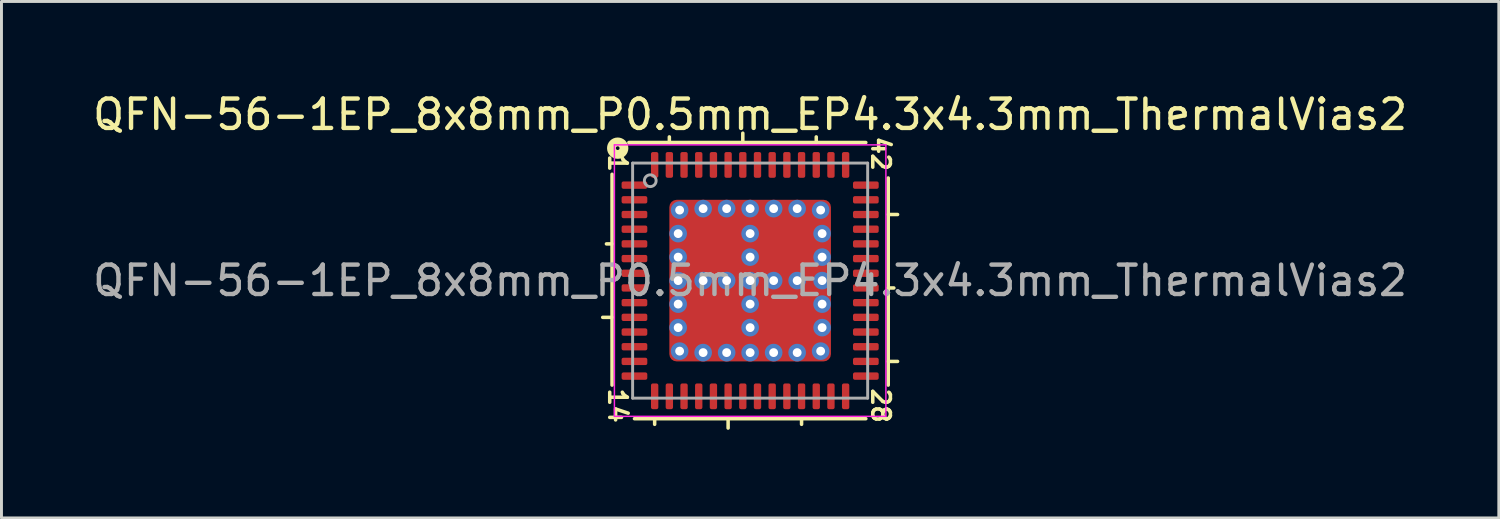
<source format=kicad_pcb>
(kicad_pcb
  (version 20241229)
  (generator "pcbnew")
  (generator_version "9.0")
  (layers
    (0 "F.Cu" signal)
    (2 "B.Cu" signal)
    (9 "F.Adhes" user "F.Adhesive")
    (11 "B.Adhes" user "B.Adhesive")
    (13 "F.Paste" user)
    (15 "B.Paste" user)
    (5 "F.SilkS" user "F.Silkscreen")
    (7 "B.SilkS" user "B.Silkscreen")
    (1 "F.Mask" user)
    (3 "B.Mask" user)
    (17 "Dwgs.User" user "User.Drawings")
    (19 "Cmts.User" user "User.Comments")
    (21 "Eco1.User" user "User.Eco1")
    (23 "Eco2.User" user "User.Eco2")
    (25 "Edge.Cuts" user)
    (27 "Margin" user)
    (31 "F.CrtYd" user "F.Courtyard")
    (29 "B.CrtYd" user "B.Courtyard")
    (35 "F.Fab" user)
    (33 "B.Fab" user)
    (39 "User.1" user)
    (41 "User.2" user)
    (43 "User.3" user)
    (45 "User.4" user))
  (footprint "QFN-56-1EP_8x8mm_P0.5mm_EP4.3x4.3mm_ThermalVias2"
    (layer "F.Cu")
    (at 22.482 6.501)
    (property "Reference" "QFN-56-1EP_8x8mm_P0.5mm_EP4.3x4.3mm_ThermalVias2" (at 0 -5.652 0) (layer "F.SilkS") (effects (font (size 1 1) (thickness 0.15))))
    (attr smd)
    (fp_line (start -4.7 -3.619) (end -4.7 3.556) (stroke (width 0.12) (type solid)) (layer "F.SilkS"))
    (fp_line (start -4.7 -1.25) (end -4.891 -1.25) (stroke (width 0.12) (type solid)) (layer "F.SilkS"))
    (fp_line (start -4.7 1.25) (end -5.018 1.25) (stroke (width 0.12) (type solid)) (layer "F.SilkS"))
    (fp_line (start -3.937 4.7) (end 3.937 4.7) (stroke (width 0.12) (type solid)) (layer "F.SilkS"))
    (fp_line (start -3.25 4.891) (end -3.25 4.7) (stroke (width 0.12) (type solid)) (layer "F.SilkS"))
    (fp_line (start -2.75 -4.7) (end -2.75 -4.891) (stroke (width 0.12) (type solid)) (layer "F.SilkS"))
    (fp_line (start -0.75 5.018) (end -0.75 4.7) (stroke (width 0.12) (type solid)) (layer "F.SilkS"))
    (fp_line (start -0.25 -4.7) (end -0.25 -5.018) (stroke (width 0.12) (type solid)) (layer "F.SilkS"))
    (fp_line (start 1.75 4.891) (end 1.75 4.7) (stroke (width 0.12) (type solid)) (layer "F.SilkS"))
    (fp_line (start 2.25 -4.7) (end 2.25 -4.891) (stroke (width 0.12) (type solid)) (layer "F.SilkS"))
    (fp_line (start 3.937 -4.7) (end -4.128 -4.7) (stroke (width 0.12) (type solid)) (layer "F.SilkS"))
    (fp_line (start 4.7 -2.25) (end 5.018 -2.25) (stroke (width 0.12) (type solid)) (layer "F.SilkS"))
    (fp_line (start 4.7 0.25) (end 4.891 0.25) (stroke (width 0.12) (type solid)) (layer "F.SilkS"))
    (fp_line (start 4.7 2.75) (end 5.018 2.75) (stroke (width 0.12) (type solid)) (layer "F.SilkS"))
    (fp_line (start 4.7 3.556) (end 4.7 -3.493) (stroke (width 0.12) (type solid)) (layer "F.SilkS"))
    (fp_circle (center -4.508 -4.508) (end -4.445 -4.508) (stroke (width 0.3) (type solid)) (fill no) (layer "F.SilkS"))
    (fp_line (start -4.62 -4.62) (end -4.62 4.62) (stroke (width 0.05) (type solid)) (layer "F.CrtYd"))
    (fp_line (start -4.62 4.62) (end 4.62 4.62) (stroke (width 0.05) (type solid)) (layer "F.CrtYd"))
    (fp_line (start 4.62 -4.62) (end -4.62 -4.62) (stroke (width 0.05) (type solid)) (layer "F.CrtYd"))
    (fp_line (start 4.62 4.62) (end 4.62 -4.62) (stroke (width 0.05) (type solid)) (layer "F.CrtYd"))
    (fp_line (start -4 -4) (end 4 -4) (stroke (width 0.1) (type solid)) (layer "F.Fab"))
    (fp_line (start -4 4) (end -4 -4) (stroke (width 0.1) (type solid)) (layer "F.Fab"))
    (fp_line (start 4 -4) (end 4 4) (stroke (width 0.1) (type solid)) (layer "F.Fab"))
    (fp_line (start 4 4) (end -4 4) (stroke (width 0.1) (type solid)) (layer "F.Fab"))
    (fp_circle (center -3.4 -3.4) (end -3.2 -3.4) (stroke (width 0.1) (type solid)) (fill no) (layer "F.Fab"))
    (fp_text user "1" (at -4.508 -4 270) (unlocked yes) (layer "F.SilkS") (effects (font (size 0.6 0.6) (thickness 0.12))))
    (fp_text user "14" (at -4.508 4.255 270) (unlocked yes) (layer "F.SilkS") (effects (font (size 0.6 0.6) (thickness 0.12))))
    (fp_text user "42" (at 4.445 -4.318 270) (unlocked yes) (layer "F.SilkS") (effects (font (size 0.6 0.6) (thickness 0.12))))
    (fp_text user "28" (at 4.445 4.255 270) (unlocked yes) (layer "F.SilkS") (effects (font (size 0.6 0.6) (thickness 0.12))))
    (fp_text user "${REFERENCE}" (at 0 0 0) (layer "F.Fab") (effects (font (size 1 1) (thickness 0.15))))
    (pad "" smd roundrect (at -1.663 -1.663) (size 0.675 0.675) (layers "F.Paste") (roundrect_rratio 0.25))
    (pad "" smd roundrect (at -1.663 -0.787) (size 0.675 0.675) (layers "F.Paste") (roundrect_rratio 0.25))
    (pad "" smd roundrect (at -1.663 0.787) (size 0.675 0.675) (layers "F.Paste") (roundrect_rratio 0.25))
    (pad "" smd roundrect (at -1.663 1.663) (size 0.675 0.675) (layers "F.Paste") (roundrect_rratio 0.25))
    (pad "" smd roundrect (at -1.225 -1.225 270) (size 1.85 1.85) (layers "F.Mask") (roundrect_rratio 0.135))
    (pad "" smd roundrect (at -1.225 1.225 270) (size 1.85 1.85) (layers "F.Mask") (roundrect_rratio 0.135))
    (pad "" smd roundrect (at -0.787 -1.663) (size 0.675 0.675) (layers "F.Paste") (roundrect_rratio 0.25))
    (pad "" smd roundrect (at -0.787 -0.787) (size 0.675 0.675) (layers "F.Paste") (roundrect_rratio 0.25))
    (pad "" smd roundrect (at -0.787 0.787) (size 0.675 0.675) (layers "F.Paste") (roundrect_rratio 0.25))
    (pad "" smd roundrect (at -0.787 1.663) (size 0.675 0.675) (layers "F.Paste") (roundrect_rratio 0.25))
    (pad "" smd roundrect (at 0.787 -1.663) (size 0.675 0.675) (layers "F.Paste") (roundrect_rratio 0.25))
    (pad "" smd roundrect (at 0.787 -0.787) (size 0.675 0.675) (layers "F.Paste") (roundrect_rratio 0.25))
    (pad "" smd roundrect (at 0.787 0.787) (size 0.675 0.675) (layers "F.Paste") (roundrect_rratio 0.25))
    (pad "" smd roundrect (at 0.787 1.663) (size 0.675 0.675) (layers "F.Paste") (roundrect_rratio 0.25))
    (pad "" smd roundrect (at 1.225 -1.225 270) (size 1.85 1.85) (layers "F.Mask") (roundrect_rratio 0.135))
    (pad "" smd roundrect (at 1.225 1.225 270) (size 1.85 1.85) (layers "F.Mask") (roundrect_rratio 0.135))
    (pad "" smd roundrect (at 1.663 -1.663) (size 0.675 0.675) (layers "F.Paste") (roundrect_rratio 0.25))
    (pad "" smd roundrect (at 1.663 -0.787) (size 0.675 0.675) (layers "F.Paste") (roundrect_rratio 0.25))
    (pad "" smd roundrect (at 1.663 0.787) (size 0.675 0.675) (layers "F.Paste") (roundrect_rratio 0.25))
    (pad "" smd roundrect (at 1.663 1.663) (size 0.675 0.675) (layers "F.Paste") (roundrect_rratio 0.25))
    (pad "1" smd roundrect (at -3.938 -3.25) (size 0.875 0.25) (layers "F.Cu" "F.Mask" "F.Paste") (roundrect_rratio 0.25))
    (pad "2" smd roundrect (at -3.938 -2.75) (size 0.875 0.25) (layers "F.Cu" "F.Mask" "F.Paste") (roundrect_rratio 0.25))
    (pad "3" smd roundrect (at -3.938 -2.25) (size 0.875 0.25) (layers "F.Cu" "F.Mask" "F.Paste") (roundrect_rratio 0.25))
    (pad "4" smd roundrect (at -3.938 -1.75) (size 0.875 0.25) (layers "F.Cu" "F.Mask" "F.Paste") (roundrect_rratio 0.25))
    (pad "5" smd roundrect (at -3.938 -1.25) (size 0.875 0.25) (layers "F.Cu" "F.Mask" "F.Paste") (roundrect_rratio 0.25))
    (pad "6" smd roundrect (at -3.938 -0.75) (size 0.875 0.25) (layers "F.Cu" "F.Mask" "F.Paste") (roundrect_rratio 0.25))
    (pad "7" smd roundrect (at -3.938 -0.25) (size 0.875 0.25) (layers "F.Cu" "F.Mask" "F.Paste") (roundrect_rratio 0.25))
    (pad "8" smd roundrect (at -3.938 0.25) (size 0.875 0.25) (layers "F.Cu" "F.Mask" "F.Paste") (roundrect_rratio 0.25))
    (pad "9" smd roundrect (at -3.938 0.75) (size 0.875 0.25) (layers "F.Cu" "F.Mask" "F.Paste") (roundrect_rratio 0.25))
    (pad "10" smd roundrect (at -3.938 1.25) (size 0.875 0.25) (layers "F.Cu" "F.Mask" "F.Paste") (roundrect_rratio 0.25))
    (pad "11" smd roundrect (at -3.938 1.75) (size 0.875 0.25) (layers "F.Cu" "F.Mask" "F.Paste") (roundrect_rratio 0.25))
    (pad "12" smd roundrect (at -3.938 2.25) (size 0.875 0.25) (layers "F.Cu" "F.Mask" "F.Paste") (roundrect_rratio 0.25))
    (pad "13" smd roundrect (at -3.938 2.75) (size 0.875 0.25) (layers "F.Cu" "F.Mask" "F.Paste") (roundrect_rratio 0.25))
    (pad "14" smd roundrect (at -3.938 3.25) (size 0.875 0.25) (layers "F.Cu" "F.Mask" "F.Paste") (roundrect_rratio 0.25))
    (pad "15" smd roundrect (at -3.25 3.938) (size 0.25 0.875) (layers "F.Cu" "F.Mask" "F.Paste") (roundrect_rratio 0.25))
    (pad "16" smd roundrect (at -2.75 3.938) (size 0.25 0.875) (layers "F.Cu" "F.Mask" "F.Paste") (roundrect_rratio 0.25))
    (pad "17" smd roundrect (at -2.25 3.938) (size 0.25 0.875) (layers "F.Cu" "F.Mask" "F.Paste") (roundrect_rratio 0.25))
    (pad "18" smd roundrect (at -1.75 3.938) (size 0.25 0.875) (layers "F.Cu" "F.Mask" "F.Paste") (roundrect_rratio 0.25))
    (pad "19" smd roundrect (at -1.25 3.938) (size 0.25 0.875) (layers "F.Cu" "F.Mask" "F.Paste") (roundrect_rratio 0.25))
    (pad "20" smd roundrect (at -0.75 3.938) (size 0.25 0.875) (layers "F.Cu" "F.Mask" "F.Paste") (roundrect_rratio 0.25))
    (pad "21" smd roundrect (at -0.25 3.938) (size 0.25 0.875) (layers "F.Cu" "F.Mask" "F.Paste") (roundrect_rratio 0.25))
    (pad "22" smd roundrect (at 0.25 3.938) (size 0.25 0.875) (layers "F.Cu" "F.Mask" "F.Paste") (roundrect_rratio 0.25))
    (pad "23" smd roundrect (at 0.75 3.938) (size 0.25 0.875) (layers "F.Cu" "F.Mask" "F.Paste") (roundrect_rratio 0.25))
    (pad "24" smd roundrect (at 1.25 3.938) (size 0.25 0.875) (layers "F.Cu" "F.Mask" "F.Paste") (roundrect_rratio 0.25))
    (pad "25" smd roundrect (at 1.75 3.938) (size 0.25 0.875) (layers "F.Cu" "F.Mask" "F.Paste") (roundrect_rratio 0.25))
    (pad "26" smd roundrect (at 2.25 3.938) (size 0.25 0.875) (layers "F.Cu" "F.Mask" "F.Paste") (roundrect_rratio 0.25))
    (pad "27" smd roundrect (at 2.75 3.938) (size 0.25 0.875) (layers "F.Cu" "F.Mask" "F.Paste") (roundrect_rratio 0.25))
    (pad "28" smd roundrect (at 3.25 3.938) (size 0.25 0.875) (layers "F.Cu" "F.Mask" "F.Paste") (roundrect_rratio 0.25))
    (pad "29" smd roundrect (at 3.938 3.25) (size 0.875 0.25) (layers "F.Cu" "F.Mask" "F.Paste") (roundrect_rratio 0.25))
    (pad "30" smd roundrect (at 3.938 2.75) (size 0.875 0.25) (layers "F.Cu" "F.Mask" "F.Paste") (roundrect_rratio 0.25))
    (pad "31" smd roundrect (at 3.938 2.25) (size 0.875 0.25) (layers "F.Cu" "F.Mask" "F.Paste") (roundrect_rratio 0.25))
    (pad "32" smd roundrect (at 3.938 1.75) (size 0.875 0.25) (layers "F.Cu" "F.Mask" "F.Paste") (roundrect_rratio 0.25))
    (pad "33" smd roundrect (at 3.938 1.25) (size 0.875 0.25) (layers "F.Cu" "F.Mask" "F.Paste") (roundrect_rratio 0.25))
    (pad "34" smd roundrect (at 3.938 0.75) (size 0.875 0.25) (layers "F.Cu" "F.Mask" "F.Paste") (roundrect_rratio 0.25))
    (pad "35" smd roundrect (at 3.938 0.25) (size 0.875 0.25) (layers "F.Cu" "F.Mask" "F.Paste") (roundrect_rratio 0.25))
    (pad "36" smd roundrect (at 3.938 -0.25) (size 0.875 0.25) (layers "F.Cu" "F.Mask" "F.Paste") (roundrect_rratio 0.25))
    (pad "37" smd roundrect (at 3.938 -0.75) (size 0.875 0.25) (layers "F.Cu" "F.Mask" "F.Paste") (roundrect_rratio 0.25))
    (pad "38" smd roundrect (at 3.938 -1.25) (size 0.875 0.25) (layers "F.Cu" "F.Mask" "F.Paste") (roundrect_rratio 0.25))
    (pad "39" smd roundrect (at 3.938 -1.75) (size 0.875 0.25) (layers "F.Cu" "F.Mask" "F.Paste") (roundrect_rratio 0.25))
    (pad "40" smd roundrect (at 3.938 -2.25) (size 0.875 0.25) (layers "F.Cu" "F.Mask" "F.Paste") (roundrect_rratio 0.25))
    (pad "41" smd roundrect (at 3.938 -2.75) (size 0.875 0.25) (layers "F.Cu" "F.Mask" "F.Paste") (roundrect_rratio 0.25))
    (pad "42" smd roundrect (at 3.938 -3.25) (size 0.875 0.25) (layers "F.Cu" "F.Mask" "F.Paste") (roundrect_rratio 0.25))
    (pad "43" smd roundrect (at 3.25 -3.938) (size 0.25 0.875) (layers "F.Cu" "F.Mask" "F.Paste") (roundrect_rratio 0.25))
    (pad "44" smd roundrect (at 2.75 -3.938) (size 0.25 0.875) (layers "F.Cu" "F.Mask" "F.Paste") (roundrect_rratio 0.25))
    (pad "45" smd roundrect (at 2.25 -3.938) (size 0.25 0.875) (layers "F.Cu" "F.Mask" "F.Paste") (roundrect_rratio 0.25))
    (pad "46" smd roundrect (at 1.75 -3.938) (size 0.25 0.875) (layers "F.Cu" "F.Mask" "F.Paste") (roundrect_rratio 0.25))
    (pad "47" smd roundrect (at 1.25 -3.938) (size 0.25 0.875) (layers "F.Cu" "F.Mask" "F.Paste") (roundrect_rratio 0.25))
    (pad "48" smd roundrect (at 0.75 -3.938) (size 0.25 0.875) (layers "F.Cu" "F.Mask" "F.Paste") (roundrect_rratio 0.25))
    (pad "49" smd roundrect (at 0.25 -3.938) (size 0.25 0.875) (layers "F.Cu" "F.Mask" "F.Paste") (roundrect_rratio 0.25))
    (pad "50" smd roundrect (at -0.25 -3.938) (size 0.25 0.875) (layers "F.Cu" "F.Mask" "F.Paste") (roundrect_rratio 0.25))
    (pad "51" smd roundrect (at -0.75 -3.938) (size 0.25 0.875) (layers "F.Cu" "F.Mask" "F.Paste") (roundrect_rratio 0.25))
    (pad "52" smd roundrect (at -1.25 -3.938) (size 0.25 0.875) (layers "F.Cu" "F.Mask" "F.Paste") (roundrect_rratio 0.25))
    (pad "53" smd roundrect (at -1.75 -3.938) (size 0.25 0.875) (layers "F.Cu" "F.Mask" "F.Paste") (roundrect_rratio 0.25))
    (pad "54" smd roundrect (at -2.25 -3.938) (size 0.25 0.875) (layers "F.Cu" "F.Mask" "F.Paste") (roundrect_rratio 0.25))
    (pad "55" smd roundrect (at -2.75 -3.938) (size 0.25 0.875) (layers "F.Cu" "F.Mask" "F.Paste") (roundrect_rratio 0.25))
    (pad "56" smd roundrect (at -3.25 -3.938) (size 0.25 0.875) (layers "F.Cu" "F.Mask" "F.Paste") (roundrect_rratio 0.25))
    (pad "57" thru_hole circle (at -2.45 -1.6) (size 0.6 0.6) (drill 0.3) (property pad_prop_heatsink) (layers "*.Cu" "*.Mask"))
    (pad "57" thru_hole circle (at -2.45 -0.8) (size 0.6 0.6) (drill 0.3) (property pad_prop_heatsink) (layers "*.Cu" "*.Mask"))
    (pad "57" thru_hole circle (at -2.45 0) (size 0.6 0.6) (drill 0.3) (property pad_prop_heatsink) (layers "*.Cu" "*.Mask"))
    (pad "57" thru_hole circle (at -2.45 0.8) (size 0.6 0.6) (drill 0.3) (property pad_prop_heatsink) (layers "*.Cu" "*.Mask"))
    (pad "57" thru_hole circle (at -2.45 1.6) (size 0.6 0.6) (drill 0.3) (property pad_prop_heatsink) (layers "*.Cu" "*.Mask"))
    (pad "57" thru_hole circle (at -2.4 -2.4) (size 0.6 0.6) (drill 0.3) (property pad_prop_heatsink) (layers "*.Cu" "*.Mask"))
    (pad "57" thru_hole circle (at -2.4 2.4) (size 0.6 0.6) (drill 0.3) (property pad_prop_heatsink) (layers "*.Cu" "*.Mask"))
    (pad "57" thru_hole circle (at -1.6 -2.45) (size 0.6 0.6) (drill 0.3) (property pad_prop_heatsink) (layers "*.Cu" "*.Mask"))
    (pad "57" thru_hole circle (at -1.6 0) (size 0.6 0.6) (drill 0.3) (property pad_prop_heatsink) (layers "*.Cu" "*.Mask"))
    (pad "57" thru_hole circle (at -1.6 2.45) (size 0.6 0.6) (drill 0.3) (property pad_prop_heatsink) (layers "*.Cu" "*.Mask"))
    (pad "57" thru_hole circle (at -0.8 -2.45) (size 0.6 0.6) (drill 0.3) (property pad_prop_heatsink) (layers "*.Cu" "*.Mask"))
    (pad "57" thru_hole circle (at -0.8 0) (size 0.6 0.6) (drill 0.3) (property pad_prop_heatsink) (layers "*.Cu" "*.Mask"))
    (pad "57" thru_hole circle (at -0.8 2.45) (size 0.6 0.6) (drill 0.3) (property pad_prop_heatsink) (layers "*.Cu" "*.Mask"))
    (pad "57" thru_hole circle (at 0 -2.45) (size 0.6 0.6) (drill 0.3) (property pad_prop_heatsink) (layers "*.Cu" "*.Mask"))
    (pad "57" thru_hole circle (at 0 -1.6) (size 0.6 0.6) (drill 0.3) (property pad_prop_heatsink) (layers "*.Cu" "*.Mask"))
    (pad "57" thru_hole circle (at 0 -0.8) (size 0.6 0.6) (drill 0.3) (property pad_prop_heatsink) (layers "*.Cu" "*.Mask"))
    (pad "57" thru_hole circle (at 0 0) (size 0.6 0.6) (drill 0.3) (property pad_prop_heatsink) (layers "*.Cu" "*.Mask"))
    (pad "57" smd roundrect (at 0 0) (size 5.5 5.5) (layers "F.Cu") (roundrect_rratio 0.045))
    (pad "57" thru_hole circle (at 0 0.8) (size 0.6 0.6) (drill 0.3) (property pad_prop_heatsink) (layers "*.Cu" "*.Mask"))
    (pad "57" thru_hole circle (at 0 1.6) (size 0.6 0.6) (drill 0.3) (property pad_prop_heatsink) (layers "*.Cu" "*.Mask"))
    (pad "57" thru_hole circle (at 0 2.45) (size 0.6 0.6) (drill 0.3) (property pad_prop_heatsink) (layers "*.Cu" "*.Mask"))
    (pad "57" thru_hole circle (at 0.8 -2.45) (size 0.6 0.6) (drill 0.3) (property pad_prop_heatsink) (layers "*.Cu" "*.Mask"))
    (pad "57" thru_hole circle (at 0.8 0) (size 0.6 0.6) (drill 0.3) (property pad_prop_heatsink) (layers "*.Cu" "*.Mask"))
    (pad "57" thru_hole circle (at 0.8 2.45) (size 0.6 0.6) (drill 0.3) (property pad_prop_heatsink) (layers "*.Cu" "*.Mask"))
    (pad "57" thru_hole circle (at 1.6 -2.45) (size 0.6 0.6) (drill 0.3) (property pad_prop_heatsink) (layers "*.Cu" "*.Mask"))
    (pad "57" thru_hole circle (at 1.6 0) (size 0.6 0.6) (drill 0.3) (property pad_prop_heatsink) (layers "*.Cu" "*.Mask"))
    (pad "57" thru_hole circle (at 1.6 2.45) (size 0.6 0.6) (drill 0.3) (property pad_prop_heatsink) (layers "*.Cu" "*.Mask"))
    (pad "57" thru_hole circle (at 2.4 -2.4) (size 0.6 0.6) (drill 0.3) (property pad_prop_heatsink) (layers "*.Cu" "*.Mask"))
    (pad "57" thru_hole circle (at 2.4 2.4) (size 0.6 0.6) (drill 0.3) (property pad_prop_heatsink) (layers "*.Cu" "*.Mask"))
    (pad "57" thru_hole circle (at 2.45 -1.6) (size 0.6 0.6) (drill 0.3) (property pad_prop_heatsink) (layers "*.Cu" "*.Mask"))
    (pad "57" thru_hole circle (at 2.45 -0.8) (size 0.6 0.6) (drill 0.3) (property pad_prop_heatsink) (layers "*.Cu" "*.Mask"))
    (pad "57" thru_hole circle (at 2.45 0) (size 0.6 0.6) (drill 0.3) (property pad_prop_heatsink) (layers "*.Cu" "*.Mask"))
    (pad "57" thru_hole circle (at 2.45 0.8) (size 0.6 0.6) (drill 0.3) (property pad_prop_heatsink) (layers "*.Cu" "*.Mask"))
    (pad "57" thru_hole circle (at 2.45 1.6) (size 0.6 0.6) (drill 0.3) (property pad_prop_heatsink) (layers "*.Cu" "*.Mask")))
  (gr_rect
    (start -3 -3)
    (end 47.964 14.578)
    (stroke (width 0.1) (type default))
    (fill no)
    (layer "Edge.Cuts")))
</source>
